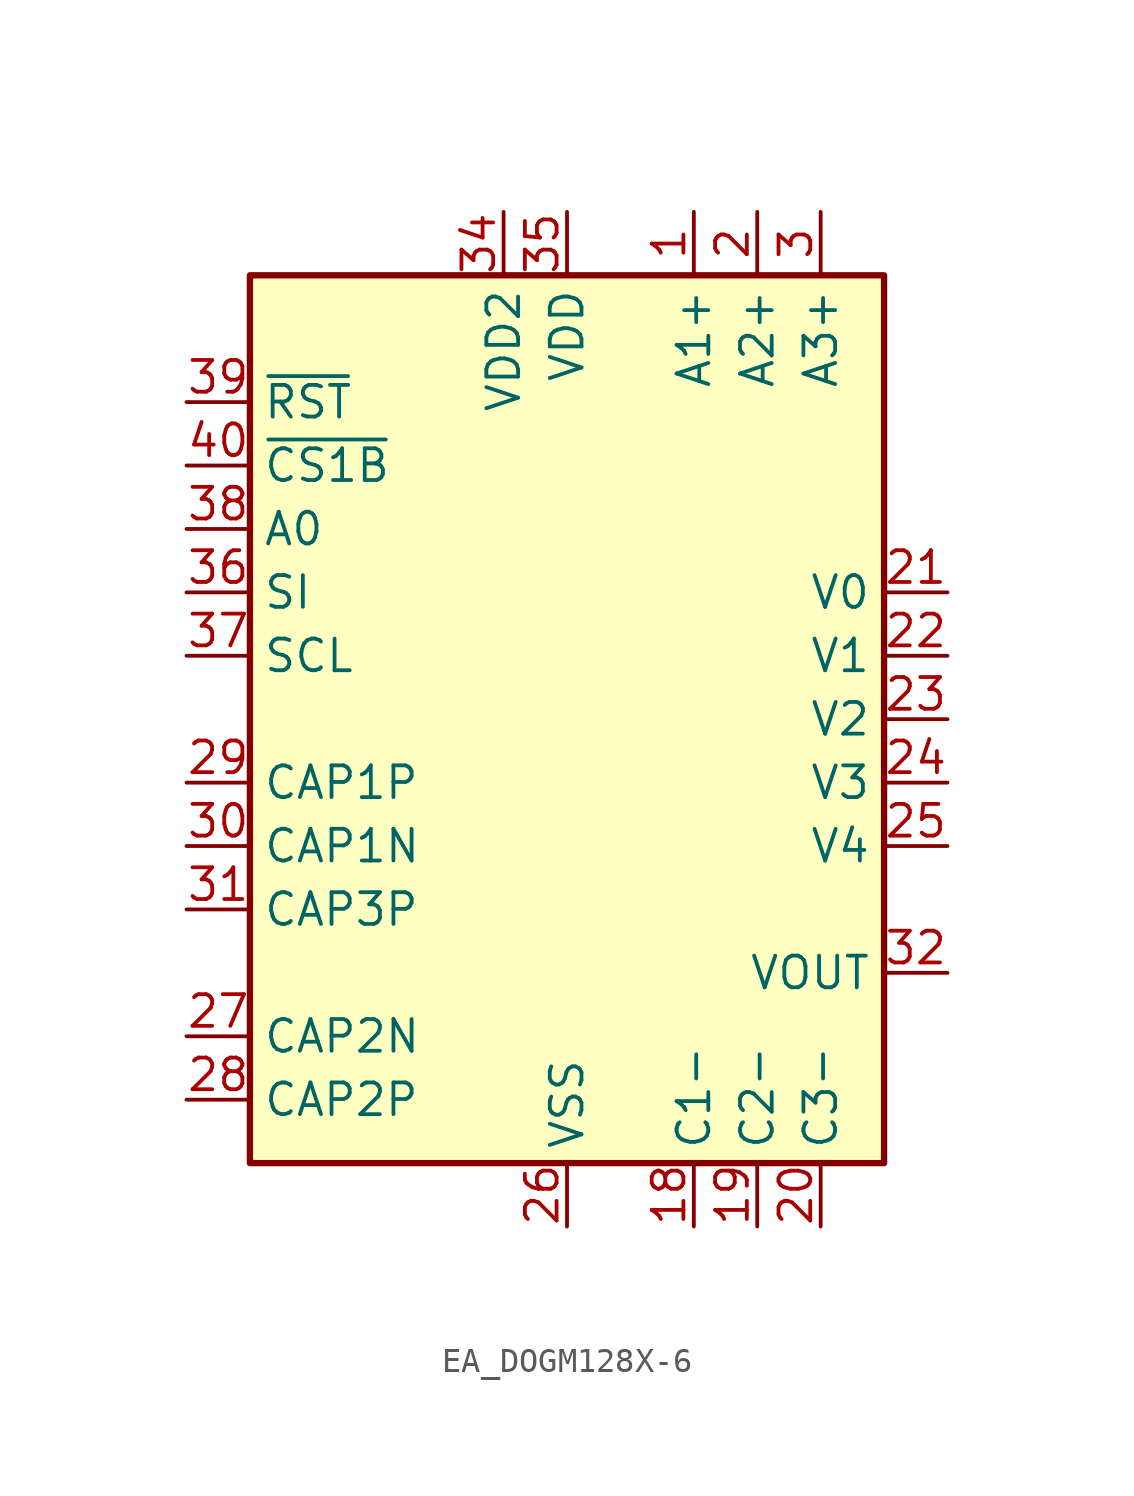
<source format=kicad_sym>
(kicad_symbol_lib
  (version 20211014)
  (generator kicad_symbol_editor)
  (symbol "EA_DOGM128X-6"
    (property "Reference" "U102"
      (at 0 0 0)
      (effects (font (size 1.27 1.27)) hide))
    (property "Reference" "U"
      (at 0 0 0)
      (effects (font (size 1.27 1.27)) hide))
    (symbol "EA_DOGM128X-6_1_1"
      (rectangle (start -12.7 17.78) (end 12.7 -17.78) (stroke (width 0.254) (type default) (color 0 0 0 0)) (fill (type background)))
      (pin power_in line (at 5.08 20.32 270) (length 2.54) (name "A1+" (effects (font (size 1.27 1.27)))) (number "1" (effects (font (size 1.27 1.27)))))
      (pin passive line (at 5.08 -20.32 90) (length 2.54) (name "C1-" (effects (font (size 1.27 1.27)))) (number "18" (effects (font (size 1.27 1.27)))))
      (pin passive line (at 7.62 -20.32 90) (length 2.54) (name "C2-" (effects (font (size 1.27 1.27)))) (number "19" (effects (font (size 1.27 1.27)))))
      (pin power_in line (at 7.62 20.32 270) (length 2.54) (name "A2+" (effects (font (size 1.27 1.27)))) (number "2" (effects (font (size 1.27 1.27)))))
      (pin passive line (at 10.16 -20.32 90) (length 2.54) (name "C3-" (effects (font (size 1.27 1.27)))) (number "20" (effects (font (size 1.27 1.27)))))
      (pin passive line (at 15.24 5.08 180) (length 2.54) (name "V0" (effects (font (size 1.27 1.27)))) (number "21" (effects (font (size 1.27 1.27)))))
      (pin passive line (at 15.24 2.54 180) (length 2.54) (name "V1" (effects (font (size 1.27 1.27)))) (number "22" (effects (font (size 1.27 1.27)))))
      (pin passive line (at 15.24 0 180) (length 2.54) (name "V2" (effects (font (size 1.27 1.27)))) (number "23" (effects (font (size 1.27 1.27)))))
      (pin passive line (at 15.24 -2.54 180) (length 2.54) (name "V3" (effects (font (size 1.27 1.27)))) (number "24" (effects (font (size 1.27 1.27)))))
      (pin passive line (at 15.24 -5.08 180) (length 2.54) (name "V4" (effects (font (size 1.27 1.27)))) (number "25" (effects (font (size 1.27 1.27)))))
      (pin power_in line (at 0 -20.32 90) (length 2.54) (name "VSS" (effects (font (size 1.27 1.27)))) (number "26" (effects (font (size 1.27 1.27)))))
      (pin passive line (at -15.24 -12.7 0) (length 2.54) (name "CAP2N" (effects (font (size 1.27 1.27)))) (number "27" (effects (font (size 1.27 1.27)))))
      (pin passive line (at -15.24 -15.24 0) (length 2.54) (name "CAP2P" (effects (font (size 1.27 1.27)))) (number "28" (effects (font (size 1.27 1.27)))))
      (pin passive line (at -15.24 -2.54 0) (length 2.54) (name "CAP1P" (effects (font (size 1.27 1.27)))) (number "29" (effects (font (size 1.27 1.27)))))
      (pin power_in line (at 10.16 20.32 270) (length 2.54) (name "A3+" (effects (font (size 1.27 1.27)))) (number "3" (effects (font (size 1.27 1.27)))))
      (pin passive line (at -15.24 -5.08 0) (length 2.54) (name "CAP1N" (effects (font (size 1.27 1.27)))) (number "30" (effects (font (size 1.27 1.27)))))
      (pin passive line (at -15.24 -7.62 0) (length 2.54) (name "CAP3P" (effects (font (size 1.27 1.27)))) (number "31" (effects (font (size 1.27 1.27)))))
      (pin output line (at 15.24 -10.16 180) (length 2.54) (name "VOUT" (effects (font (size 1.27 1.27)))) (number "32" (effects (font (size 1.27 1.27)))))
      (pin passive line (at 0 -20.32 90) (length 2.54) hide (name "VSS" (effects (font (size 1.27 1.27)))) (number "33" (effects (font (size 1.27 1.27)))))
      (pin power_in line (at -2.54 20.32 270) (length 2.54) (name "VDD2" (effects (font (size 1.27 1.27)))) (number "34" (effects (font (size 1.27 1.27)))))
      (pin power_in line (at 0 20.32 270) (length 2.54) (name "VDD" (effects (font (size 1.27 1.27)))) (number "35" (effects (font (size 1.27 1.27)))))
      (pin input line (at -15.24 5.08 0) (length 2.54) (name "SI" (effects (font (size 1.27 1.27)))) (number "36" (effects (font (size 1.27 1.27)))))
      (pin input line (at -15.24 2.54 0) (length 2.54) (name "SCL" (effects (font (size 1.27 1.27)))) (number "37" (effects (font (size 1.27 1.27)))))
      (pin input line (at -15.24 7.62 0) (length 2.54) (name "A0" (effects (font (size 1.27 1.27)))) (number "38" (effects (font (size 1.27 1.27)))))
      (pin input line (at -15.24 12.7 0) (length 2.54) (name "~{RST}" (effects (font (size 1.27 1.27)))) (number "39" (effects (font (size 1.27 1.27)))))
      (pin input line (at -15.24 10.16 0) (length 2.54) (name "~{CS1B}" (effects (font (size 1.27 1.27)))) (number "40" (effects (font (size 1.27 1.27))))))))
</source>
